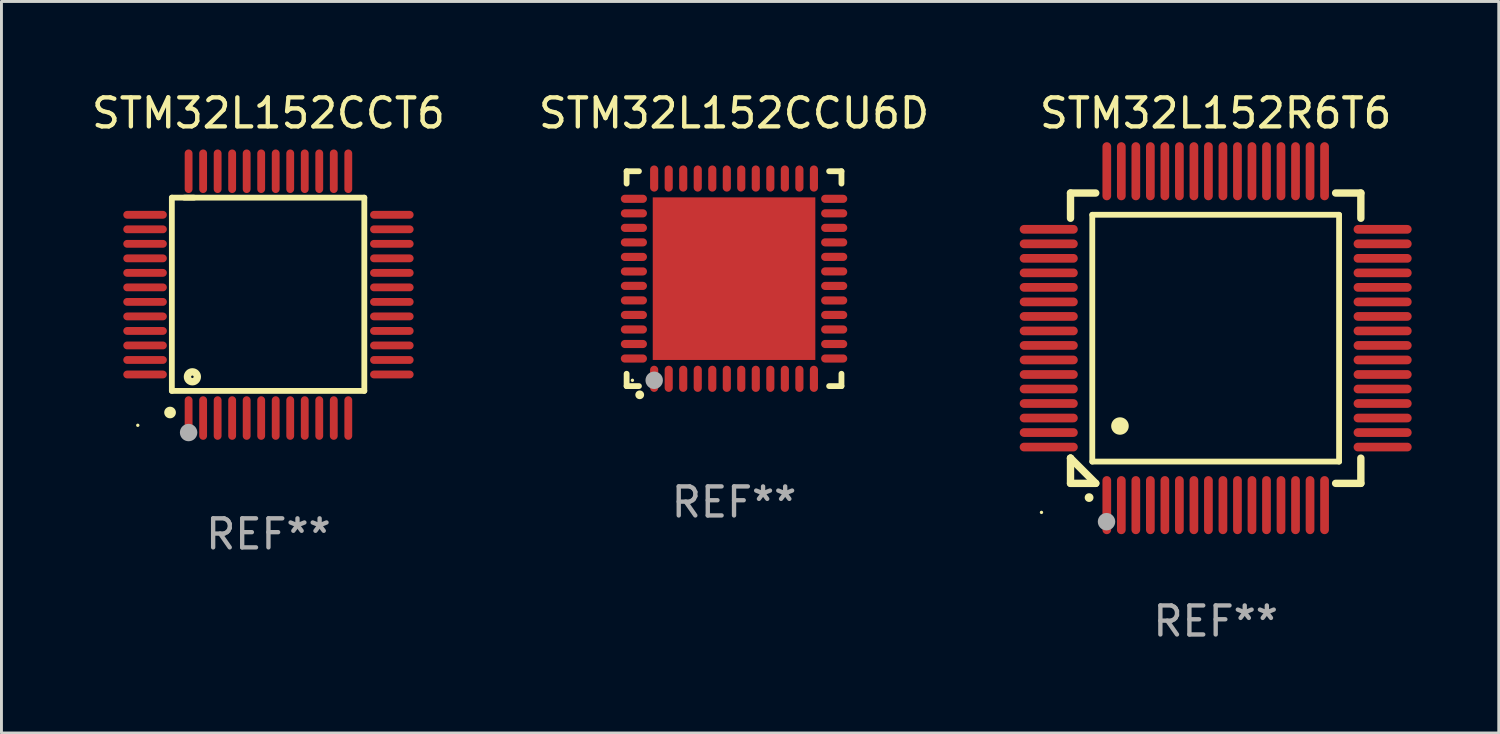
<source format=kicad_pcb>
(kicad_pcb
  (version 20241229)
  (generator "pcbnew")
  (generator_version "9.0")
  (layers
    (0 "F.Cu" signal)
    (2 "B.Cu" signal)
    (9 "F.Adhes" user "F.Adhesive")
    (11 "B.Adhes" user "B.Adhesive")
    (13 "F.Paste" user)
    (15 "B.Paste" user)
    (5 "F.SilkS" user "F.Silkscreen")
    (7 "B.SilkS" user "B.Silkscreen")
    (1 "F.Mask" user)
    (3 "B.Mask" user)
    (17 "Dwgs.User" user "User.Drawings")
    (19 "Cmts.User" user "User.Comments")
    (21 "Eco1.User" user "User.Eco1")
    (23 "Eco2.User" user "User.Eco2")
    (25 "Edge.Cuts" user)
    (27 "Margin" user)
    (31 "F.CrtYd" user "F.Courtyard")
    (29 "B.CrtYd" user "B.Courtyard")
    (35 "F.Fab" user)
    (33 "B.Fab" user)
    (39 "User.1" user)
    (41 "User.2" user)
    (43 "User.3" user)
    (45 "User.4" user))
  (footprint "STM32L152CCU6D"
    (layer "F.Cu")
    (at 22.232 6.548)
    (property "Reference" "STM32L152CCU6D" (at 0 -5.7 0) (layer "F.SilkS") (effects (font (size 1 1) (thickness 0.15))))
    (attr through_hole)
    (fp_line (start -3.7 -3.7) (end -3.275 -3.7) (stroke (width 0.2) (type solid)) (layer "F.SilkS"))
    (fp_line (start -3.7 -3.275) (end -3.7 -3.7) (stroke (width 0.2) (type solid)) (layer "F.SilkS"))
    (fp_line (start -3.7 3.7) (end -3.7 3.275) (stroke (width 0.2) (type solid)) (layer "F.SilkS"))
    (fp_line (start -3.275 3.7) (end -3.7 3.7) (stroke (width 0.2) (type solid)) (layer "F.SilkS"))
    (fp_line (start 3.7 -3.7) (end 3.275 -3.7) (stroke (width 0.2) (type solid)) (layer "F.SilkS"))
    (fp_line (start 3.7 -3.275) (end 3.7 -3.7) (stroke (width 0.2) (type solid)) (layer "F.SilkS"))
    (fp_line (start 3.7 3.275) (end 3.7 3.7) (stroke (width 0.2) (type solid)) (layer "F.SilkS"))
    (fp_line (start 3.7 3.7) (end 3.275 3.7) (stroke (width 0.2) (type solid)) (layer "F.SilkS"))
    (fp_arc (start -3.249936 3.999975) (mid -3.248666 3.99997) (end -3.247396 3.999975) (stroke (width 0.3) (type solid)) (layer "F.SilkS"))
    (fp_circle (center -3.5 3.5) (end -3.47 3.5) (stroke (width 0.06) (type solid)) (fill no) (layer "F.SilkS"))
    (fp_circle (center -2.75 3.5) (end -2.6 3.5) (stroke (width 0.3) (type solid)) (fill no) (layer "F.Fab"))
    (fp_text user "REF**" (at 0 7.7 0) (layer "F.Fab") (effects (font (size 1 1) (thickness 0.15))))
    (pad "1" smd oval (at -2.751 3.449) (size 0.28 0.9) (layers "F.Cu" "F.Mask" "F.Paste"))
    (pad "2" smd oval (at -2.25 3.449) (size 0.28 0.9) (layers "F.Cu" "F.Mask" "F.Paste"))
    (pad "3" smd oval (at -1.75 3.449) (size 0.28 0.9) (layers "F.Cu" "F.Mask" "F.Paste"))
    (pad "4" smd oval (at -1.25 3.449) (size 0.28 0.9) (layers "F.Cu" "F.Mask" "F.Paste"))
    (pad "5" smd oval (at -0.749 3.449) (size 0.28 0.9) (layers "F.Cu" "F.Mask" "F.Paste"))
    (pad "6" smd oval (at -0.249 3.449) (size 0.28 0.9) (layers "F.Cu" "F.Mask" "F.Paste"))
    (pad "7" smd oval (at 0.249 3.449) (size 0.28 0.9) (layers "F.Cu" "F.Mask" "F.Paste"))
    (pad "8" smd oval (at 0.749 3.449) (size 0.28 0.9) (layers "F.Cu" "F.Mask" "F.Paste"))
    (pad "9" smd oval (at 1.25 3.449) (size 0.28 0.9) (layers "F.Cu" "F.Mask" "F.Paste"))
    (pad "10" smd oval (at 1.75 3.449) (size 0.28 0.9) (layers "F.Cu" "F.Mask" "F.Paste"))
    (pad "11" smd oval (at 2.251 3.449) (size 0.28 0.9) (layers "F.Cu" "F.Mask" "F.Paste"))
    (pad "12" smd oval (at 2.751 3.449) (size 0.28 0.9) (layers "F.Cu" "F.Mask" "F.Paste"))
    (pad "13" smd oval (at 3.449 2.75) (size 0.9 0.28) (layers "F.Cu" "F.Mask" "F.Paste"))
    (pad "14" smd oval (at 3.449 2.25) (size 0.9 0.28) (layers "F.Cu" "F.Mask" "F.Paste"))
    (pad "15" smd oval (at 3.449 1.75) (size 0.9 0.28) (layers "F.Cu" "F.Mask" "F.Paste"))
    (pad "16" smd oval (at 3.449 1.25) (size 0.9 0.28) (layers "F.Cu" "F.Mask" "F.Paste"))
    (pad "17" smd oval (at 3.449 0.75) (size 0.9 0.28) (layers "F.Cu" "F.Mask" "F.Paste"))
    (pad "18" smd oval (at 3.449 0.25) (size 0.9 0.28) (layers "F.Cu" "F.Mask" "F.Paste"))
    (pad "19" smd oval (at 3.449 -0.25) (size 0.9 0.28) (layers "F.Cu" "F.Mask" "F.Paste"))
    (pad "20" smd oval (at 3.449 -0.75) (size 0.9 0.28) (layers "F.Cu" "F.Mask" "F.Paste"))
    (pad "21" smd oval (at 3.449 -1.25) (size 0.9 0.28) (layers "F.Cu" "F.Mask" "F.Paste"))
    (pad "22" smd oval (at 3.449 -1.75) (size 0.9 0.28) (layers "F.Cu" "F.Mask" "F.Paste"))
    (pad "23" smd oval (at 3.449 -2.25) (size 0.9 0.28) (layers "F.Cu" "F.Mask" "F.Paste"))
    (pad "24" smd oval (at 3.449 -2.75) (size 0.9 0.28) (layers "F.Cu" "F.Mask" "F.Paste"))
    (pad "25" smd oval (at 2.751 -3.449) (size 0.28 0.9) (layers "F.Cu" "F.Mask" "F.Paste"))
    (pad "26" smd oval (at 2.251 -3.449) (size 0.28 0.9) (layers "F.Cu" "F.Mask" "F.Paste"))
    (pad "27" smd oval (at 1.75 -3.449) (size 0.28 0.9) (layers "F.Cu" "F.Mask" "F.Paste"))
    (pad "28" smd oval (at 1.25 -3.449) (size 0.28 0.9) (layers "F.Cu" "F.Mask" "F.Paste"))
    (pad "29" smd oval (at 0.749 -3.449) (size 0.28 0.9) (layers "F.Cu" "F.Mask" "F.Paste"))
    (pad "30" smd oval (at 0.249 -3.449) (size 0.28 0.9) (layers "F.Cu" "F.Mask" "F.Paste"))
    (pad "31" smd oval (at -0.249 -3.449) (size 0.28 0.9) (layers "F.Cu" "F.Mask" "F.Paste"))
    (pad "32" smd oval (at -0.749 -3.449) (size 0.28 0.9) (layers "F.Cu" "F.Mask" "F.Paste"))
    (pad "33" smd oval (at -1.25 -3.449) (size 0.28 0.9) (layers "F.Cu" "F.Mask" "F.Paste"))
    (pad "34" smd oval (at -1.75 -3.449) (size 0.28 0.9) (layers "F.Cu" "F.Mask" "F.Paste"))
    (pad "35" smd oval (at -2.25 -3.449) (size 0.28 0.9) (layers "F.Cu" "F.Mask" "F.Paste"))
    (pad "36" smd oval (at -2.751 -3.449) (size 0.28 0.9) (layers "F.Cu" "F.Mask" "F.Paste"))
    (pad "37" smd oval (at -3.449 -2.751) (size 0.9 0.28) (layers "F.Cu" "F.Mask" "F.Paste"))
    (pad "38" smd oval (at -3.449 -2.25) (size 0.9 0.28) (layers "F.Cu" "F.Mask" "F.Paste"))
    (pad "39" smd oval (at -3.449 -1.75) (size 0.9 0.28) (layers "F.Cu" "F.Mask" "F.Paste"))
    (pad "40" smd oval (at -3.449 -1.25) (size 0.9 0.28) (layers "F.Cu" "F.Mask" "F.Paste"))
    (pad "41" smd oval (at -3.449 -0.749) (size 0.9 0.28) (layers "F.Cu" "F.Mask" "F.Paste"))
    (pad "42" smd oval (at -3.449 -0.249) (size 0.9 0.28) (layers "F.Cu" "F.Mask" "F.Paste"))
    (pad "43" smd oval (at -3.449 0.249) (size 0.9 0.28) (layers "F.Cu" "F.Mask" "F.Paste"))
    (pad "44" smd oval (at -3.449 0.749) (size 0.9 0.28) (layers "F.Cu" "F.Mask" "F.Paste"))
    (pad "45" smd oval (at -3.449 1.25) (size 0.9 0.28) (layers "F.Cu" "F.Mask" "F.Paste"))
    (pad "46" smd oval (at -3.449 1.75) (size 0.9 0.28) (layers "F.Cu" "F.Mask" "F.Paste"))
    (pad "47" smd oval (at -3.449 2.25) (size 0.9 0.28) (layers "F.Cu" "F.Mask" "F.Paste"))
    (pad "48" smd oval (at -3.449 2.751) (size 0.9 0.28) (layers "F.Cu" "F.Mask" "F.Paste"))
    (pad "49" smd rect (at 0.000076 -0.000025) (size 5.6 5.6) (layers "F.Cu" "F.Mask" "F.Paste")))
  (footprint "STM32L152R6T6"
    (layer "F.Cu")
    (at 38.821 8.598)
    (property "Reference" "STM32L152R6T6" (at 0 -7.75 0) (layer "F.SilkS") (effects (font (size 1 1) (thickness 0.15))))
    (attr through_hole)
    (fp_line (start -5 -5) (end -4.131 -5) (stroke (width 0.254) (type solid)) (layer "F.SilkS"))
    (fp_line (start -5 -4.131) (end -5 -5) (stroke (width 0.254) (type solid)) (layer "F.SilkS"))
    (fp_line (start -5 4.131) (end -5 4.131) (stroke (width 0.254) (type solid)) (layer "F.SilkS"))
    (fp_line (start -5 5) (end -5 4.131) (stroke (width 0.254) (type solid)) (layer "F.SilkS"))
    (fp_line (start -5 4.131) (end -4.131 5) (stroke (width 0.254) (type solid)) (layer "F.SilkS"))
    (fp_line (start -4.25 -4.25) (end -4.25 4.25) (stroke (width 0.2) (type solid)) (layer "F.SilkS"))
    (fp_line (start -4.25 4.25) (end 4.25 4.25) (stroke (width 0.2) (type solid)) (layer "F.SilkS"))
    (fp_line (start -4.131 5) (end -5 5) (stroke (width 0.254) (type solid)) (layer "F.SilkS"))
    (fp_line (start 4.25 -4.25) (end -4.25 -4.25) (stroke (width 0.2) (type solid)) (layer "F.SilkS"))
    (fp_line (start 4.25 4.25) (end 4.25 -4.25) (stroke (width 0.2) (type solid)) (layer "F.SilkS"))
    (fp_line (start 5 -5) (end 4.131 -5) (stroke (width 0.254) (type solid)) (layer "F.SilkS"))
    (fp_line (start 5 -5) (end 5 -4.131) (stroke (width 0.254) (type solid)) (layer "F.SilkS"))
    (fp_line (start 5 4.131) (end 5 5) (stroke (width 0.254) (type solid)) (layer "F.SilkS"))
    (fp_line (start 5 5) (end 4.131 5) (stroke (width 0.254) (type solid)) (layer "F.SilkS"))
    (fp_arc (start -4.361265 5.489992) (mid -4.359995 5.489987) (end -4.358725 5.489992) (stroke (width 0.3) (type solid)) (layer "F.SilkS"))
    (fp_arc (start -3.299467 3.025146) (mid -3.296927 3.025135) (end -3.294387 3.025146) (stroke (width 0.6) (type solid)) (layer "F.SilkS"))
    (fp_circle (center -6 6) (end -5.97 6) (stroke (width 0.06) (type solid)) (fill no) (layer "F.SilkS"))
    (fp_circle (center -3.76 6.32) (end -3.61 6.32) (stroke (width 0.3) (type solid)) (fill no) (layer "F.Fab"))
    (fp_text user "REF**" (at 0 9.75 0) (layer "F.Fab") (effects (font (size 1 1) (thickness 0.15))))
    (pad "1" smd oval (at -3.75 5.75) (size 0.3 2) (layers "F.Cu" "F.Mask" "F.Paste"))
    (pad "2" smd oval (at -3.25 5.75) (size 0.3 2) (layers "F.Cu" "F.Mask" "F.Paste"))
    (pad "3" smd oval (at -2.75 5.75) (size 0.3 2) (layers "F.Cu" "F.Mask" "F.Paste"))
    (pad "4" smd oval (at -2.25 5.75) (size 0.3 2) (layers "F.Cu" "F.Mask" "F.Paste"))
    (pad "5" smd oval (at -1.75 5.75) (size 0.3 2) (layers "F.Cu" "F.Mask" "F.Paste"))
    (pad "6" smd oval (at -1.25 5.75) (size 0.3 2) (layers "F.Cu" "F.Mask" "F.Paste"))
    (pad "7" smd oval (at -0.75 5.75) (size 0.3 2) (layers "F.Cu" "F.Mask" "F.Paste"))
    (pad "8" smd oval (at -0.25 5.75) (size 0.3 2) (layers "F.Cu" "F.Mask" "F.Paste"))
    (pad "9" smd oval (at 0.25 5.75) (size 0.3 2) (layers "F.Cu" "F.Mask" "F.Paste"))
    (pad "10" smd oval (at 0.75 5.75) (size 0.3 2) (layers "F.Cu" "F.Mask" "F.Paste"))
    (pad "11" smd oval (at 1.25 5.75) (size 0.3 2) (layers "F.Cu" "F.Mask" "F.Paste"))
    (pad "12" smd oval (at 1.75 5.75) (size 0.3 2) (layers "F.Cu" "F.Mask" "F.Paste"))
    (pad "13" smd oval (at 2.25 5.75) (size 0.3 2) (layers "F.Cu" "F.Mask" "F.Paste"))
    (pad "14" smd oval (at 2.75 5.75) (size 0.3 2) (layers "F.Cu" "F.Mask" "F.Paste"))
    (pad "15" smd oval (at 3.25 5.75) (size 0.3 2) (layers "F.Cu" "F.Mask" "F.Paste"))
    (pad "16" smd oval (at 3.75 5.75) (size 0.3 2) (layers "F.Cu" "F.Mask" "F.Paste"))
    (pad "17" smd oval (at 5.75 3.75) (size 2 0.3) (layers "F.Cu" "F.Mask" "F.Paste"))
    (pad "18" smd oval (at 5.75 3.25) (size 2 0.3) (layers "F.Cu" "F.Mask" "F.Paste"))
    (pad "19" smd oval (at 5.75 2.75) (size 2 0.3) (layers "F.Cu" "F.Mask" "F.Paste"))
    (pad "20" smd oval (at 5.75 2.25) (size 2 0.3) (layers "F.Cu" "F.Mask" "F.Paste"))
    (pad "21" smd oval (at 5.75 1.75) (size 2 0.3) (layers "F.Cu" "F.Mask" "F.Paste"))
    (pad "22" smd oval (at 5.75 1.25) (size 2 0.3) (layers "F.Cu" "F.Mask" "F.Paste"))
    (pad "23" smd oval (at 5.75 0.75) (size 2 0.3) (layers "F.Cu" "F.Mask" "F.Paste"))
    (pad "24" smd oval (at 5.75 0.25) (size 2 0.3) (layers "F.Cu" "F.Mask" "F.Paste"))
    (pad "25" smd oval (at 5.75 -0.25) (size 2 0.3) (layers "F.Cu" "F.Mask" "F.Paste"))
    (pad "26" smd oval (at 5.75 -0.75) (size 2 0.3) (layers "F.Cu" "F.Mask" "F.Paste"))
    (pad "27" smd oval (at 5.75 -1.25) (size 2 0.3) (layers "F.Cu" "F.Mask" "F.Paste"))
    (pad "28" smd oval (at 5.75 -1.75) (size 2 0.3) (layers "F.Cu" "F.Mask" "F.Paste"))
    (pad "29" smd oval (at 5.75 -2.25) (size 2 0.3) (layers "F.Cu" "F.Mask" "F.Paste"))
    (pad "30" smd oval (at 5.75 -2.75) (size 2 0.3) (layers "F.Cu" "F.Mask" "F.Paste"))
    (pad "31" smd oval (at 5.75 -3.25) (size 2 0.3) (layers "F.Cu" "F.Mask" "F.Paste"))
    (pad "32" smd oval (at 5.75 -3.75) (size 2 0.3) (layers "F.Cu" "F.Mask" "F.Paste"))
    (pad "33" smd oval (at 3.75 -5.75) (size 0.3 2) (layers "F.Cu" "F.Mask" "F.Paste"))
    (pad "34" smd oval (at 3.25 -5.75) (size 0.3 2) (layers "F.Cu" "F.Mask" "F.Paste"))
    (pad "35" smd oval (at 2.75 -5.75) (size 0.3 2) (layers "F.Cu" "F.Mask" "F.Paste"))
    (pad "36" smd oval (at 2.25 -5.75) (size 0.3 2) (layers "F.Cu" "F.Mask" "F.Paste"))
    (pad "37" smd oval (at 1.75 -5.75) (size 0.3 2) (layers "F.Cu" "F.Mask" "F.Paste"))
    (pad "38" smd oval (at 1.25 -5.75) (size 0.3 2) (layers "F.Cu" "F.Mask" "F.Paste"))
    (pad "39" smd oval (at 0.75 -5.75) (size 0.3 2) (layers "F.Cu" "F.Mask" "F.Paste"))
    (pad "40" smd oval (at 0.25 -5.75) (size 0.3 2) (layers "F.Cu" "F.Mask" "F.Paste"))
    (pad "41" smd oval (at -0.25 -5.75) (size 0.3 2) (layers "F.Cu" "F.Mask" "F.Paste"))
    (pad "42" smd oval (at -0.75 -5.75) (size 0.3 2) (layers "F.Cu" "F.Mask" "F.Paste"))
    (pad "43" smd oval (at -1.25 -5.75) (size 0.3 2) (layers "F.Cu" "F.Mask" "F.Paste"))
    (pad "44" smd oval (at -1.75 -5.75) (size 0.3 2) (layers "F.Cu" "F.Mask" "F.Paste"))
    (pad "45" smd oval (at -2.25 -5.75) (size 0.3 2) (layers "F.Cu" "F.Mask" "F.Paste"))
    (pad "46" smd oval (at -2.75 -5.75) (size 0.3 2) (layers "F.Cu" "F.Mask" "F.Paste"))
    (pad "47" smd oval (at -3.25 -5.75) (size 0.3 2) (layers "F.Cu" "F.Mask" "F.Paste"))
    (pad "48" smd oval (at -3.75 -5.75) (size 0.3 2) (layers "F.Cu" "F.Mask" "F.Paste"))
    (pad "49" smd oval (at -5.75 -3.75) (size 2 0.3) (layers "F.Cu" "F.Mask" "F.Paste"))
    (pad "50" smd oval (at -5.75 -3.25) (size 2 0.3) (layers "F.Cu" "F.Mask" "F.Paste"))
    (pad "51" smd oval (at -5.75 -2.75) (size 2 0.3) (layers "F.Cu" "F.Mask" "F.Paste"))
    (pad "52" smd oval (at -5.75 -2.25) (size 2 0.3) (layers "F.Cu" "F.Mask" "F.Paste"))
    (pad "53" smd oval (at -5.75 -1.75) (size 2 0.3) (layers "F.Cu" "F.Mask" "F.Paste"))
    (pad "54" smd oval (at -5.75 -1.25) (size 2 0.3) (layers "F.Cu" "F.Mask" "F.Paste"))
    (pad "55" smd oval (at -5.75 -0.75) (size 2 0.3) (layers "F.Cu" "F.Mask" "F.Paste"))
    (pad "56" smd oval (at -5.75 -0.25) (size 2 0.3) (layers "F.Cu" "F.Mask" "F.Paste"))
    (pad "57" smd oval (at -5.75 0.25) (size 2 0.3) (layers "F.Cu" "F.Mask" "F.Paste"))
    (pad "58" smd oval (at -5.75 0.75) (size 2 0.3) (layers "F.Cu" "F.Mask" "F.Paste"))
    (pad "59" smd oval (at -5.75 1.25) (size 2 0.3) (layers "F.Cu" "F.Mask" "F.Paste"))
    (pad "60" smd oval (at -5.75 1.75) (size 2 0.3) (layers "F.Cu" "F.Mask" "F.Paste"))
    (pad "61" smd oval (at -5.75 2.25) (size 2 0.3) (layers "F.Cu" "F.Mask" "F.Paste"))
    (pad "62" smd oval (at -5.75 2.75) (size 2 0.3) (layers "F.Cu" "F.Mask" "F.Paste"))
    (pad "63" smd oval (at -5.75 3.25) (size 2 0.3) (layers "F.Cu" "F.Mask" "F.Paste"))
    (pad "64" smd oval (at -5.75 3.75) (size 2 0.3) (layers "F.Cu" "F.Mask" "F.Paste")))
  (footprint "STM32L152CCT6"
    (layer "F.Cu")
    (at 6.196 7.098)
    (property "Reference" "STM32L152CCT6" (at 0 -6.25 0) (layer "F.SilkS") (effects (font (size 1 1) (thickness 0.15))))
    (attr through_hole)
    (fp_line (start -3.327 -3.34) (end -2.565 -3.34) (stroke (width 0.2) (type solid)) (layer "F.SilkS"))
    (fp_line (start -3.327 3.315) (end -3.327 -3.34) (stroke (width 0.2) (type solid)) (layer "F.SilkS"))
    (fp_line (start -2.896 -3.34) (end 3.302 -3.34) (stroke (width 0.2) (type solid)) (layer "F.SilkS"))
    (fp_line (start 3.302 -3.34) (end 3.302 3.315) (stroke (width 0.2) (type solid)) (layer "F.SilkS"))
    (fp_line (start 3.302 3.315) (end -3.327 3.315) (stroke (width 0.2) (type solid)) (layer "F.SilkS"))
    (fp_arc (start -3.389992 4.059995) (mid -3.388722 4.059991) (end -3.387452 4.059995) (stroke (width 0.4) (type solid)) (layer "F.SilkS"))
    (fp_circle (center -4.5 4.5) (end -4.47 4.5) (stroke (width 0.06) (type solid)) (fill no) (layer "F.SilkS"))
    (fp_circle (center -2.62 2.83) (end -2.45 2.83) (stroke (width 0.254) (type solid)) (fill no) (layer "F.SilkS"))
    (fp_circle (center -2.75 4.75) (end -2.6 4.75) (stroke (width 0.3) (type solid)) (fill no) (layer "F.Fab"))
    (fp_text user "REF**" (at 0 8.25 0) (layer "F.Fab") (effects (font (size 1 1) (thickness 0.15))))
    (pad "1" smd oval (at -2.75 4.25) (size 0.27 1.5) (layers "F.Cu" "F.Mask" "F.Paste"))
    (pad "2" smd oval (at -2.25 4.25) (size 0.27 1.5) (layers "F.Cu" "F.Mask" "F.Paste"))
    (pad "3" smd oval (at -1.75 4.25) (size 0.27 1.5) (layers "F.Cu" "F.Mask" "F.Paste"))
    (pad "4" smd oval (at -1.25 4.25) (size 0.27 1.5) (layers "F.Cu" "F.Mask" "F.Paste"))
    (pad "5" smd oval (at -0.75 4.25) (size 0.27 1.5) (layers "F.Cu" "F.Mask" "F.Paste"))
    (pad "6" smd oval (at -0.25 4.25) (size 0.27 1.5) (layers "F.Cu" "F.Mask" "F.Paste"))
    (pad "7" smd oval (at 0.25 4.25) (size 0.27 1.5) (layers "F.Cu" "F.Mask" "F.Paste"))
    (pad "8" smd oval (at 0.75 4.25) (size 0.27 1.5) (layers "F.Cu" "F.Mask" "F.Paste"))
    (pad "9" smd oval (at 1.25 4.25) (size 0.27 1.5) (layers "F.Cu" "F.Mask" "F.Paste"))
    (pad "10" smd oval (at 1.75 4.25) (size 0.27 1.5) (layers "F.Cu" "F.Mask" "F.Paste"))
    (pad "11" smd oval (at 2.25 4.25) (size 0.27 1.5) (layers "F.Cu" "F.Mask" "F.Paste"))
    (pad "12" smd oval (at 2.75 4.25) (size 0.27 1.5) (layers "F.Cu" "F.Mask" "F.Paste"))
    (pad "13" smd oval (at 4.25 2.75) (size 1.5 0.27) (layers "F.Cu" "F.Mask" "F.Paste"))
    (pad "14" smd oval (at 4.25 2.25) (size 1.5 0.27) (layers "F.Cu" "F.Mask" "F.Paste"))
    (pad "15" smd oval (at 4.25 1.75) (size 1.5 0.27) (layers "F.Cu" "F.Mask" "F.Paste"))
    (pad "16" smd oval (at 4.25 1.25) (size 1.5 0.27) (layers "F.Cu" "F.Mask" "F.Paste"))
    (pad "17" smd oval (at 4.25 0.75) (size 1.5 0.27) (layers "F.Cu" "F.Mask" "F.Paste"))
    (pad "18" smd oval (at 4.25 0.25) (size 1.5 0.27) (layers "F.Cu" "F.Mask" "F.Paste"))
    (pad "19" smd oval (at 4.25 -0.25) (size 1.5 0.27) (layers "F.Cu" "F.Mask" "F.Paste"))
    (pad "20" smd oval (at 4.25 -0.75) (size 1.5 0.27) (layers "F.Cu" "F.Mask" "F.Paste"))
    (pad "21" smd oval (at 4.25 -1.25) (size 1.5 0.27) (layers "F.Cu" "F.Mask" "F.Paste"))
    (pad "22" smd oval (at 4.25 -1.75) (size 1.5 0.27) (layers "F.Cu" "F.Mask" "F.Paste"))
    (pad "23" smd oval (at 4.25 -2.25) (size 1.5 0.27) (layers "F.Cu" "F.Mask" "F.Paste"))
    (pad "24" smd oval (at 4.25 -2.75) (size 1.5 0.27) (layers "F.Cu" "F.Mask" "F.Paste"))
    (pad "25" smd oval (at 2.75 -4.25) (size 0.27 1.5) (layers "F.Cu" "F.Mask" "F.Paste"))
    (pad "26" smd oval (at 2.25 -4.25) (size 0.27 1.5) (layers "F.Cu" "F.Mask" "F.Paste"))
    (pad "27" smd oval (at 1.75 -4.25) (size 0.27 1.5) (layers "F.Cu" "F.Mask" "F.Paste"))
    (pad "28" smd oval (at 1.25 -4.25) (size 0.27 1.5) (layers "F.Cu" "F.Mask" "F.Paste"))
    (pad "29" smd oval (at 0.75 -4.25) (size 0.27 1.5) (layers "F.Cu" "F.Mask" "F.Paste"))
    (pad "30" smd oval (at 0.25 -4.25) (size 0.27 1.5) (layers "F.Cu" "F.Mask" "F.Paste"))
    (pad "31" smd oval (at -0.25 -4.25) (size 0.27 1.5) (layers "F.Cu" "F.Mask" "F.Paste"))
    (pad "32" smd oval (at -0.75 -4.25) (size 0.27 1.5) (layers "F.Cu" "F.Mask" "F.Paste"))
    (pad "33" smd oval (at -1.25 -4.25) (size 0.27 1.5) (layers "F.Cu" "F.Mask" "F.Paste"))
    (pad "34" smd oval (at -1.75 -4.25) (size 0.27 1.5) (layers "F.Cu" "F.Mask" "F.Paste"))
    (pad "35" smd oval (at -2.25 -4.25) (size 0.27 1.5) (layers "F.Cu" "F.Mask" "F.Paste"))
    (pad "36" smd oval (at -2.75 -4.25) (size 0.27 1.5) (layers "F.Cu" "F.Mask" "F.Paste"))
    (pad "37" smd oval (at -4.25 -2.75) (size 1.5 0.27) (layers "F.Cu" "F.Mask" "F.Paste"))
    (pad "38" smd oval (at -4.25 -2.25) (size 1.5 0.27) (layers "F.Cu" "F.Mask" "F.Paste"))
    (pad "39" smd oval (at -4.25 -1.75) (size 1.5 0.27) (layers "F.Cu" "F.Mask" "F.Paste"))
    (pad "40" smd oval (at -4.25 -1.25) (size 1.5 0.27) (layers "F.Cu" "F.Mask" "F.Paste"))
    (pad "41" smd oval (at -4.25 -0.75) (size 1.5 0.27) (layers "F.Cu" "F.Mask" "F.Paste"))
    (pad "42" smd oval (at -4.25 -0.25) (size 1.5 0.27) (layers "F.Cu" "F.Mask" "F.Paste"))
    (pad "43" smd oval (at -4.25 0.25) (size 1.5 0.27) (layers "F.Cu" "F.Mask" "F.Paste"))
    (pad "44" smd oval (at -4.25 0.75) (size 1.5 0.27) (layers "F.Cu" "F.Mask" "F.Paste"))
    (pad "45" smd oval (at -4.25 1.25) (size 1.5 0.27) (layers "F.Cu" "F.Mask" "F.Paste"))
    (pad "46" smd oval (at -4.25 1.75) (size 1.5 0.27) (layers "F.Cu" "F.Mask" "F.Paste"))
    (pad "47" smd oval (at -4.25 2.25) (size 1.5 0.27) (layers "F.Cu" "F.Mask" "F.Paste"))
    (pad "48" smd oval (at -4.25 2.75) (size 1.5 0.27) (layers "F.Cu" "F.Mask" "F.Paste")))
  (gr_rect
    (start -3 -3)
    (end 48.571 22.196)
    (stroke (width 0.1) (type default))
    (fill no)
    (layer "Edge.Cuts")))
</source>
